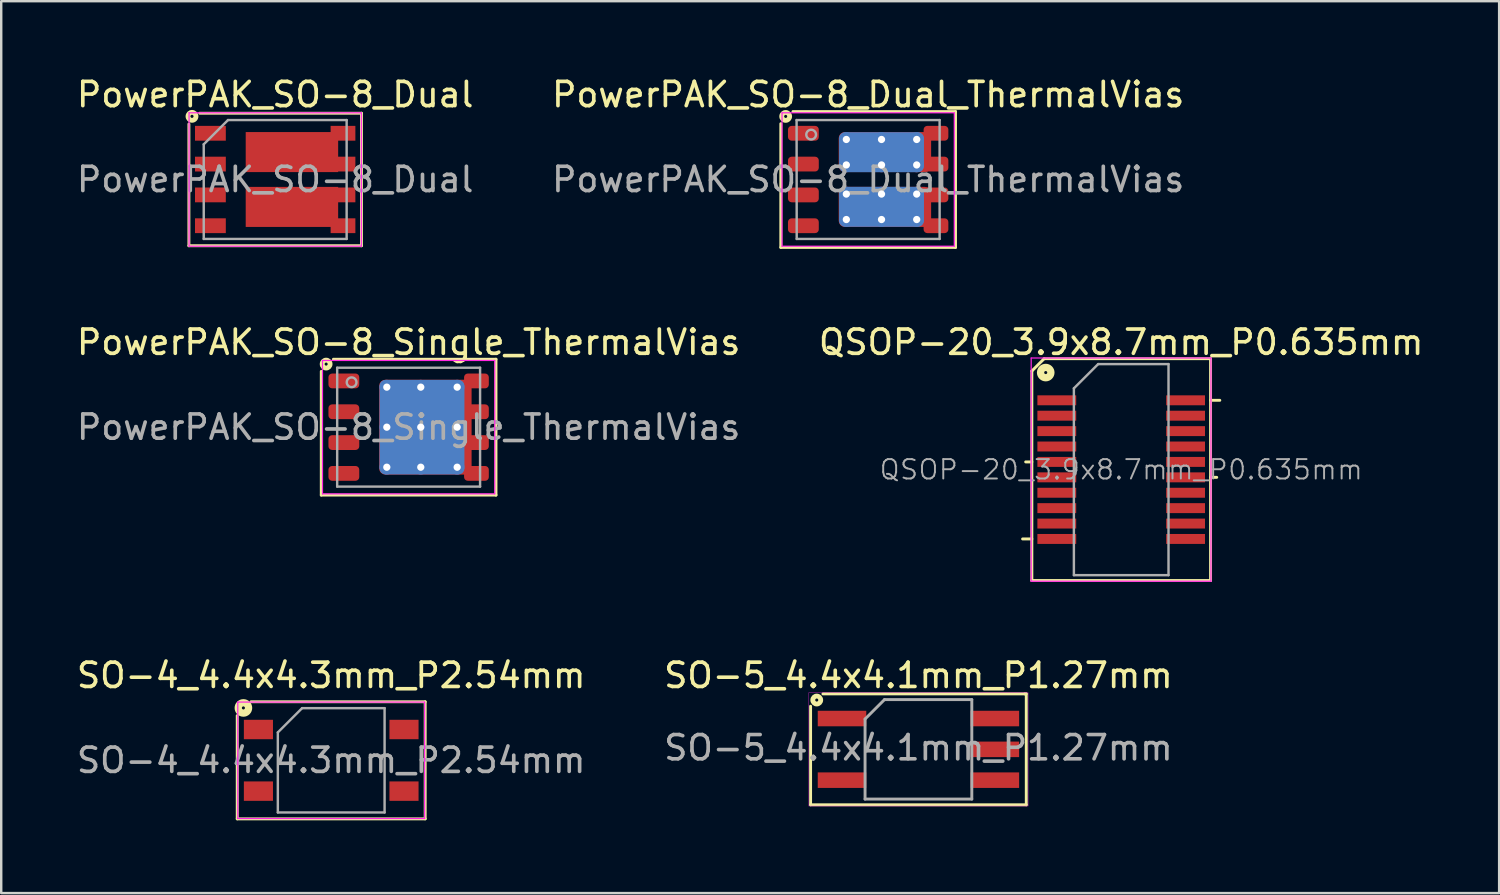
<source format=kicad_pcb>
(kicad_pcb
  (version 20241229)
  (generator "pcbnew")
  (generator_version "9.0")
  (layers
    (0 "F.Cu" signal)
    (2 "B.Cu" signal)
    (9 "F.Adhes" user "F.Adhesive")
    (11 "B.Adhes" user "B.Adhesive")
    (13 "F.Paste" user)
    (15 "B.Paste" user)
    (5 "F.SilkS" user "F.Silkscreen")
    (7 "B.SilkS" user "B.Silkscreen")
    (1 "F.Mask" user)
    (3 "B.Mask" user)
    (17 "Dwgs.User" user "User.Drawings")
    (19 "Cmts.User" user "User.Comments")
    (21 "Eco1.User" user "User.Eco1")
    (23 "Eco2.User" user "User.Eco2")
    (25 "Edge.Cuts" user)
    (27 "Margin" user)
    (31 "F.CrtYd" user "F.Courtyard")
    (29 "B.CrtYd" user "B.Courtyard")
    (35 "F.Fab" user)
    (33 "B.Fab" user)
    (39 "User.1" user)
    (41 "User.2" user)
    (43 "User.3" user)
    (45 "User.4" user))
  (footprint "QSOP-20_3.9x8.7mm_P0.635mm"
    (layer "F.Cu")
    (at 43.161 16.306)
    (property "Reference" "QSOP-20_3.9x8.7mm_P0.635mm" (at 0 -5.25 0) (layer "F.SilkS") (effects (font (size 1 1) (thickness 0.15))))
    (attr smd)
    (fp_line (start -3.683 -4.064) (end -3.683 4.572) (stroke (width 0.12) (type solid)) (layer "F.SilkS"))
    (fp_line (start -3.683 -4.064) (end -3.175 -4.572) (stroke (width 0.12) (type solid)) (layer "F.SilkS"))
    (fp_line (start -3.683 -0.318) (end -3.937 -0.318) (stroke (width 0.12) (type solid)) (layer "F.SilkS"))
    (fp_line (start -3.683 2.857) (end -4.064 2.857) (stroke (width 0.12) (type solid)) (layer "F.SilkS"))
    (fp_line (start -3.683 4.572) (end 3.683 4.572) (stroke (width 0.12) (type solid)) (layer "F.SilkS"))
    (fp_line (start 3.683 -4.572) (end -3.175 -4.572) (stroke (width 0.12) (type solid)) (layer "F.SilkS"))
    (fp_line (start 3.683 -2.857) (end 4.064 -2.857) (stroke (width 0.12) (type solid)) (layer "F.SilkS"))
    (fp_line (start 3.683 0.318) (end 3.937 0.318) (stroke (width 0.12) (type solid)) (layer "F.SilkS"))
    (fp_line (start 3.683 4.572) (end 3.683 -4.572) (stroke (width 0.12) (type solid)) (layer "F.SilkS"))
    (fp_circle (center -3.111 -4) (end -3.048 -4) (stroke (width 0.3) (type solid)) (fill no) (layer "F.SilkS"))
    (fp_line (start -3.71 -4.6) (end -3.71 4.6) (stroke (width 0.05) (type solid)) (layer "F.CrtYd"))
    (fp_line (start -3.71 -4.6) (end 3.7 -4.6) (stroke (width 0.05) (type solid)) (layer "F.CrtYd"))
    (fp_line (start -3.71 4.6) (end 3.7 4.6) (stroke (width 0.05) (type solid)) (layer "F.CrtYd"))
    (fp_line (start 3.7 -4.6) (end 3.7 4.6) (stroke (width 0.05) (type solid)) (layer "F.CrtYd"))
    (fp_line (start -1.95 -3.35) (end -0.95 -4.35) (stroke (width 0.1) (type solid)) (layer "F.Fab"))
    (fp_line (start -1.95 4.35) (end -1.95 -3.35) (stroke (width 0.1) (type solid)) (layer "F.Fab"))
    (fp_line (start -0.95 -4.35) (end 1.95 -4.35) (stroke (width 0.1) (type solid)) (layer "F.Fab"))
    (fp_line (start 1.95 -4.35) (end 1.95 4.35) (stroke (width 0.1) (type solid)) (layer "F.Fab"))
    (fp_line (start 1.95 4.35) (end -1.95 4.35) (stroke (width 0.1) (type solid)) (layer "F.Fab"))
    (fp_text user "${REFERENCE}" (at 0 0 0) (layer "F.Fab") (effects (font (size 0.8 0.8) (thickness 0.08))))
    (pad "1" smd rect (at -2.654 -2.857) (size 1.6 0.41) (layers "F.Cu" "F.Mask" "F.Paste"))
    (pad "2" smd rect (at -2.654 -2.223) (size 1.6 0.41) (layers "F.Cu" "F.Mask" "F.Paste"))
    (pad "3" smd rect (at -2.654 -1.587) (size 1.6 0.41) (layers "F.Cu" "F.Mask" "F.Paste"))
    (pad "4" smd rect (at -2.654 -0.953) (size 1.6 0.41) (layers "F.Cu" "F.Mask" "F.Paste"))
    (pad "5" smd rect (at -2.654 -0.318) (size 1.6 0.41) (layers "F.Cu" "F.Mask" "F.Paste"))
    (pad "6" smd rect (at -2.654 0.318) (size 1.6 0.41) (layers "F.Cu" "F.Mask" "F.Paste"))
    (pad "7" smd rect (at -2.654 0.953) (size 1.6 0.41) (layers "F.Cu" "F.Mask" "F.Paste"))
    (pad "8" smd rect (at -2.654 1.587) (size 1.6 0.41) (layers "F.Cu" "F.Mask" "F.Paste"))
    (pad "9" smd rect (at -2.654 2.223) (size 1.6 0.41) (layers "F.Cu" "F.Mask" "F.Paste"))
    (pad "10" smd rect (at -2.654 2.857) (size 1.6 0.41) (layers "F.Cu" "F.Mask" "F.Paste"))
    (pad "11" smd rect (at 2.654 2.857) (size 1.6 0.41) (layers "F.Cu" "F.Mask" "F.Paste"))
    (pad "12" smd rect (at 2.654 2.223) (size 1.6 0.41) (layers "F.Cu" "F.Mask" "F.Paste"))
    (pad "13" smd rect (at 2.654 1.587) (size 1.6 0.41) (layers "F.Cu" "F.Mask" "F.Paste"))
    (pad "14" smd rect (at 2.654 0.953) (size 1.6 0.41) (layers "F.Cu" "F.Mask" "F.Paste"))
    (pad "15" smd rect (at 2.654 0.318) (size 1.6 0.41) (layers "F.Cu" "F.Mask" "F.Paste"))
    (pad "16" smd rect (at 2.654 -0.318) (size 1.6 0.41) (layers "F.Cu" "F.Mask" "F.Paste"))
    (pad "17" smd rect (at 2.654 -0.953) (size 1.6 0.41) (layers "F.Cu" "F.Mask" "F.Paste"))
    (pad "18" smd rect (at 2.654 -1.587) (size 1.6 0.41) (layers "F.Cu" "F.Mask" "F.Paste"))
    (pad "19" smd rect (at 2.654 -2.223) (size 1.6 0.41) (layers "F.Cu" "F.Mask" "F.Paste"))
    (pad "20" smd rect (at 2.654 -2.857) (size 1.6 0.41) (layers "F.Cu" "F.Mask" "F.Paste")))
  (footprint "PowerPAK_SO-8_Single_ThermalVias"
    (layer "F.Cu")
    (at 13.792 14.556)
    (property "Reference" "PowerPAK_SO-8_Single_ThermalVias" (at 0 -3.5 0) (layer "F.SilkS") (effects (font (size 1 1) (thickness 0.15))))
    (attr smd)
    (fp_line (start -3.6 -2.3) (end -3.6 2.8) (stroke (width 0.12) (type solid)) (layer "F.SilkS"))
    (fp_line (start -3.6 2.8) (end 3.6 2.8) (stroke (width 0.12) (type solid)) (layer "F.SilkS"))
    (fp_line (start 3.6 -2.8) (end -3.1 -2.8) (stroke (width 0.12) (type solid)) (layer "F.SilkS"))
    (fp_line (start 3.6 2.8) (end 3.6 -2.8) (stroke (width 0.12) (type solid)) (layer "F.SilkS"))
    (fp_circle (center -3.4 -2.6) (end -3.337 -2.6) (stroke (width 0.2) (type solid)) (fill no) (layer "F.SilkS"))
    (fp_line (start -3.55 -2.75) (end -3.55 2.75) (stroke (width 0.05) (type solid)) (layer "F.CrtYd"))
    (fp_line (start -3.55 -2.75) (end 3.55 -2.75) (stroke (width 0.05) (type solid)) (layer "F.CrtYd"))
    (fp_line (start -3.55 2.75) (end 3.55 2.75) (stroke (width 0.05) (type solid)) (layer "F.CrtYd"))
    (fp_line (start 3.55 -2.75) (end 3.55 2.75) (stroke (width 0.05) (type solid)) (layer "F.CrtYd"))
    (fp_line (start -2.945 -2.45) (end 2.945 -2.45) (stroke (width 0.1) (type solid)) (layer "F.Fab"))
    (fp_line (start -2.945 2.45) (end -2.945 -2.45) (stroke (width 0.1) (type solid)) (layer "F.Fab"))
    (fp_line (start 2.945 -2.45) (end 2.945 2.45) (stroke (width 0.1) (type solid)) (layer "F.Fab"))
    (fp_line (start 2.945 2.45) (end -2.945 2.45) (stroke (width 0.1) (type solid)) (layer "F.Fab"))
    (fp_circle (center -2.35 -1.85) (end -2.15 -1.85) (stroke (width 0.1) (type solid)) (fill no) (layer "F.Fab"))
    (fp_text user "${REFERENCE}" (at 0 0 0) (layer "F.Fab") (effects (font (size 1 1) (thickness 0.15))))
    (pad "" smd roundrect (at -0.25 -0.85) (size 1.3 1.5) (layers "F.Paste") (roundrect_rratio 0.25))
    (pad "" smd roundrect (at -0.25 0.85) (size 1.3 1.5) (layers "F.Paste") (roundrect_rratio 0.25))
    (pad "" smd roundrect (at 1.25 -0.85) (size 1.3 1.5) (layers "F.Paste") (roundrect_rratio 0.25))
    (pad "" smd roundrect (at 1.25 0.85) (size 1.3 1.5) (layers "F.Paste") (roundrect_rratio 0.25))
    (pad "1" smd roundrect (at -2.67 -1.905) (size 1.27 0.61) (layers "F.Cu" "F.Mask" "F.Paste") (roundrect_rratio 0.25))
    (pad "2" smd roundrect (at -2.67 -0.635) (size 1.27 0.61) (layers "F.Cu" "F.Mask" "F.Paste") (roundrect_rratio 0.25))
    (pad "3" smd roundrect (at -2.67 0.635) (size 1.27 0.61) (layers "F.Cu" "F.Mask" "F.Paste") (roundrect_rratio 0.25))
    (pad "4" smd roundrect (at -2.67 1.905) (size 1.27 0.61) (layers "F.Cu" "F.Mask" "F.Paste") (roundrect_rratio 0.25))
    (pad "5" thru_hole circle (at -0.9 -1.65) (size 0.6 0.6) (drill 0.3) (property pad_prop_heatsink) (layers "*.Cu"))
    (pad "5" thru_hole circle (at -0.9 0) (size 0.6 0.6) (drill 0.3) (property pad_prop_heatsink) (layers "*.Cu"))
    (pad "5" thru_hole circle (at -0.9 1.65) (size 0.6 0.6) (drill 0.3) (property pad_prop_heatsink) (layers "*.Cu"))
    (pad "5" thru_hole circle (at 0.5 -1.65) (size 0.6 0.6) (drill 0.3) (property pad_prop_heatsink) (layers "*.Cu"))
    (pad "5" thru_hole circle (at 0.5 0) (size 0.6 0.6) (drill 0.3) (property pad_prop_heatsink) (layers "*.Cu"))
    (pad "5" thru_hole circle (at 0.5 1.65) (size 0.6 0.6) (drill 0.3) (property pad_prop_heatsink) (layers "*.Cu"))
    (pad "5" smd roundrect (at 0.55 0) (size 3.5 3.9) (layers "B.Cu" "B.Mask") (roundrect_rratio 0.071))
    (pad "5" smd roundrect (at 0.69 0) (size 3.81 3.91) (layers "F.Cu" "F.Mask") (roundrect_rratio 0.066))
    (pad "5" thru_hole circle (at 2 -1.65) (size 0.6 0.6) (drill 0.3) (property pad_prop_heatsink) (layers "*.Cu"))
    (pad "5" thru_hole circle (at 2 0) (size 0.6 0.6) (drill 0.3) (property pad_prop_heatsink) (layers "*.Cu"))
    (pad "5" thru_hole circle (at 2 1.65) (size 0.6 0.6) (drill 0.3) (property pad_prop_heatsink) (layers "*.Cu"))
    (pad "5" smd roundrect (at 2.795 -1.905) (size 1.02 0.61) (layers "F.Cu" "F.Mask" "F.Paste") (roundrect_rratio 0.25))
    (pad "5" smd roundrect (at 2.795 -0.635) (size 1.02 0.61) (layers "F.Cu" "F.Mask" "F.Paste") (roundrect_rratio 0.25))
    (pad "5" smd roundrect (at 2.795 0.635) (size 1.02 0.61) (layers "F.Cu" "F.Mask" "F.Paste") (roundrect_rratio 0.25))
    (pad "5" smd roundrect (at 2.795 1.905) (size 1.02 0.61) (layers "F.Cu" "F.Mask" "F.Paste") (roundrect_rratio 0.25)))
  (footprint "SO-5_4.4x4.1mm_P1.27mm"
    (layer "F.Cu")
    (at 34.804 27.835)
    (property "Reference" "SO-5_4.4x4.1mm_P1.27mm" (at 0 -3.048 0) (layer "F.SilkS") (effects (font (size 1 1) (thickness 0.15))))
    (attr smd)
    (fp_line (start -4.445 2.286) (end -4.445 -1.778) (stroke (width 0.12) (type solid)) (layer "F.SilkS"))
    (fp_line (start -3.937 -2.286) (end 4.381 -2.286) (stroke (width 0.12) (type solid)) (layer "F.SilkS"))
    (fp_line (start 4.381 -2.286) (end 4.445 -2.286) (stroke (width 0.12) (type solid)) (layer "F.SilkS"))
    (fp_line (start 4.445 -2.286) (end 4.445 2.286) (stroke (width 0.12) (type solid)) (layer "F.SilkS"))
    (fp_line (start 4.445 2.286) (end -4.445 2.286) (stroke (width 0.12) (type solid)) (layer "F.SilkS"))
    (fp_circle (center -4.191 -2.032) (end -4.128 -2.032) (stroke (width 0.2) (type solid)) (fill no) (layer "F.SilkS"))
    (fp_rect (start -4.521 -2.337) (end 4.521 2.337) (stroke (width 0.013) (type solid)) (fill no) (layer "F.CrtYd"))
    (fp_line (start -2.2 -1.25) (end -1.4 -2.05) (stroke (width 0.12) (type solid)) (layer "F.Fab"))
    (fp_line (start -2.2 2.05) (end -2.2 -1.25) (stroke (width 0.12) (type solid)) (layer "F.Fab"))
    (fp_line (start -1.4 -2.05) (end 2.2 -2.05) (stroke (width 0.12) (type solid)) (layer "F.Fab"))
    (fp_line (start 2.2 -2.05) (end 2.2 2.05) (stroke (width 0.12) (type solid)) (layer "F.Fab"))
    (fp_line (start 2.2 2.05) (end -2.2 2.05) (stroke (width 0.12) (type solid)) (layer "F.Fab"))
    (fp_text user "${REFERENCE}" (at 0 -0.065 0) (layer "F.Fab") (effects (font (size 1 1) (thickness 0.15))))
    (pad "1" smd rect (at -3.15 -1.27) (size 2 0.64) (layers "F.Cu" "F.Mask" "F.Paste"))
    (pad "3" smd rect (at -3.15 1.27) (size 2 0.64) (layers "F.Cu" "F.Mask" "F.Paste"))
    (pad "4" smd rect (at 3.15 1.27) (size 2 0.64) (layers "F.Cu" "F.Mask" "F.Paste"))
    (pad "5" smd rect (at 3.15 0) (size 2 0.64) (layers "F.Cu" "F.Mask" "F.Paste"))
    (pad "6" smd rect (at 3.15 -1.27) (size 2 0.64) (layers "F.Cu" "F.Mask" "F.Paste")))
  (footprint "PowerPAK_SO-8_Dual_ThermalVias"
    (layer "F.Cu")
    (at 32.732 4.348)
    (property "Reference" "PowerPAK_SO-8_Dual_ThermalVias" (at 0 -3.5 0) (layer "F.SilkS") (effects (font (size 1 1) (thickness 0.15))))
    (attr smd)
    (fp_line (start -3.6 -2.3) (end -3.6 2.8) (stroke (width 0.12) (type solid)) (layer "F.SilkS"))
    (fp_line (start -3.6 2.8) (end 3.6 2.8) (stroke (width 0.12) (type solid)) (layer "F.SilkS"))
    (fp_line (start 3.6 -2.8) (end -3.1 -2.8) (stroke (width 0.12) (type solid)) (layer "F.SilkS"))
    (fp_line (start 3.6 2.8) (end 3.6 -2.8) (stroke (width 0.12) (type solid)) (layer "F.SilkS"))
    (fp_circle (center -3.4 -2.6) (end -3.337 -2.6) (stroke (width 0.2) (type solid)) (fill no) (layer "F.SilkS"))
    (fp_line (start -3.55 -2.75) (end -3.55 2.75) (stroke (width 0.05) (type solid)) (layer "F.CrtYd"))
    (fp_line (start -3.55 -2.75) (end 3.55 -2.75) (stroke (width 0.05) (type solid)) (layer "F.CrtYd"))
    (fp_line (start -3.55 2.75) (end 3.55 2.75) (stroke (width 0.05) (type solid)) (layer "F.CrtYd"))
    (fp_line (start 3.55 -2.75) (end 3.55 2.75) (stroke (width 0.05) (type solid)) (layer "F.CrtYd"))
    (fp_line (start -2.95 -2.45) (end 2.945 -2.45) (stroke (width 0.1) (type solid)) (layer "F.Fab"))
    (fp_line (start -2.945 2.45) (end -2.95 -2.45) (stroke (width 0.1) (type solid)) (layer "F.Fab"))
    (fp_line (start 2.945 -2.45) (end 2.945 2.45) (stroke (width 0.1) (type solid)) (layer "F.Fab"))
    (fp_line (start 2.945 2.45) (end -2.945 2.45) (stroke (width 0.1) (type solid)) (layer "F.Fab"))
    (fp_circle (center -2.35 -1.85) (end -2.15 -1.85) (stroke (width 0.1) (type solid)) (fill no) (layer "F.Fab"))
    (fp_text user "${REFERENCE}" (at 0 0 0) (layer "F.Fab") (effects (font (size 1 1) (thickness 0.15))))
    (pad "" smd roundrect (at -0.175 -1.15) (size 1.25 1.4) (layers "F.Paste") (roundrect_rratio 0.2))
    (pad "" smd roundrect (at -0.175 1.15) (size 1.25 1.4) (layers "F.Paste") (roundrect_rratio 0.2))
    (pad "" smd roundrect (at 1.275 -1.15) (size 1.25 1.4) (layers "F.Paste") (roundrect_rratio 0.2))
    (pad "" smd roundrect (at 1.275 1.15) (size 1.25 1.4) (layers "F.Paste") (roundrect_rratio 0.2))
    (pad "1" smd roundrect (at -2.67 -1.905) (size 1.27 0.61) (layers "F.Cu" "F.Mask" "F.Paste") (roundrect_rratio 0.25))
    (pad "2" smd roundrect (at -2.67 -0.635) (size 1.27 0.61) (layers "F.Cu" "F.Mask" "F.Paste") (roundrect_rratio 0.25))
    (pad "3" smd roundrect (at -2.67 0.635) (size 1.27 0.61) (layers "F.Cu" "F.Mask" "F.Paste") (roundrect_rratio 0.25))
    (pad "4" smd roundrect (at -2.67 1.905) (size 1.27 0.61) (layers "F.Cu" "F.Mask" "F.Paste") (roundrect_rratio 0.25))
    (pad "5" thru_hole circle (at -0.9 -1.65) (size 0.6 0.6) (drill 0.3) (property pad_prop_heatsink) (layers "*.Cu"))
    (pad "5" thru_hole circle (at -0.9 -0.6) (size 0.6 0.6) (drill 0.3) (property pad_prop_heatsink) (layers "*.Cu"))
    (pad "5" thru_hole circle (at 0.55 -1.65) (size 0.6 0.6) (drill 0.3) (property pad_prop_heatsink) (layers "*.Cu"))
    (pad "5" smd roundrect (at 0.55 -1.125) (size 3.5 1.65) (layers "B.Cu" "B.Mask") (roundrect_rratio 0.152))
    (pad "5" thru_hole circle (at 0.55 -0.6) (size 0.6 0.6) (drill 0.3) (property pad_prop_heatsink) (layers "*.Cu"))
    (pad "5" smd roundrect (at 0.69 -1.13) (size 3.81 1.65) (layers "F.Cu" "F.Mask") (roundrect_rratio 0.152))
    (pad "5" thru_hole circle (at 2 -1.65) (size 0.6 0.6) (drill 0.3) (property pad_prop_heatsink) (layers "*.Cu"))
    (pad "5" thru_hole circle (at 2 -0.6) (size 0.6 0.6) (drill 0.3) (property pad_prop_heatsink) (layers "*.Cu"))
    (pad "5" smd roundrect (at 2.795 -1.905) (size 1.02 0.61) (layers "F.Cu" "F.Mask" "F.Paste") (roundrect_rratio 0.25))
    (pad "5" smd roundrect (at 2.795 -0.635) (size 1.02 0.61) (layers "F.Cu" "F.Mask" "F.Paste") (roundrect_rratio 0.25))
    (pad "6" thru_hole circle (at -0.9 0.6) (size 0.6 0.6) (drill 0.3) (property pad_prop_heatsink) (layers "*.Cu"))
    (pad "6" thru_hole circle (at -0.9 1.65) (size 0.6 0.6) (drill 0.3) (property pad_prop_heatsink) (layers "*.Cu"))
    (pad "6" thru_hole circle (at 0.55 0.6) (size 0.6 0.6) (drill 0.3) (property pad_prop_heatsink) (layers "*.Cu"))
    (pad "6" smd roundrect (at 0.55 1.125) (size 3.5 1.65) (layers "B.Cu" "B.Mask") (roundrect_rratio 0.152))
    (pad "6" thru_hole circle (at 0.55 1.65) (size 0.6 0.6) (drill 0.3) (property pad_prop_heatsink) (layers "*.Cu"))
    (pad "6" smd roundrect (at 0.69 1.13) (size 3.81 1.65) (layers "F.Cu" "F.Mask") (roundrect_rratio 0.152))
    (pad "6" thru_hole circle (at 2 0.6) (size 0.6 0.6) (drill 0.3) (property pad_prop_heatsink) (layers "*.Cu"))
    (pad "6" thru_hole circle (at 2 1.65) (size 0.6 0.6) (drill 0.3) (property pad_prop_heatsink) (layers "*.Cu"))
    (pad "6" smd roundrect (at 2.795 0.635) (size 1.02 0.61) (layers "F.Cu" "F.Mask" "F.Paste") (roundrect_rratio 0.25))
    (pad "6" smd roundrect (at 2.795 1.905) (size 1.02 0.61) (layers "F.Cu" "F.Mask" "F.Paste") (roundrect_rratio 0.25)))
  (footprint "SO-4_4.4x4.3mm_P2.54mm"
    (layer "F.Cu")
    (at 10.601 28.287)
    (property "Reference" "SO-4_4.4x4.3mm_P2.54mm" (at 0 -3.5 0) (layer "F.SilkS") (effects (font (size 1 1) (thickness 0.15))))
    (attr smd)
    (fp_line (start -3.873 -1.841) (end -3.873 2.413) (stroke (width 0.12) (type solid)) (layer "F.SilkS"))
    (fp_line (start -3.873 2.413) (end 3.873 2.413) (stroke (width 0.12) (type solid)) (layer "F.SilkS"))
    (fp_line (start 3.873 -2.413) (end -3.302 -2.413) (stroke (width 0.12) (type solid)) (layer "F.SilkS"))
    (fp_line (start 3.873 2.413) (end 3.873 -2.413) (stroke (width 0.12) (type solid)) (layer "F.SilkS"))
    (fp_circle (center -3.619 -2.159) (end -3.556 -2.159) (stroke (width 0.3) (type solid)) (fill no) (layer "F.SilkS"))
    (fp_line (start -3.85 -2.4) (end 3.85 -2.4) (stroke (width 0.05) (type solid)) (layer "F.CrtYd"))
    (fp_line (start -3.85 2.4) (end -3.85 -2.4) (stroke (width 0.05) (type solid)) (layer "F.CrtYd"))
    (fp_line (start 3.85 -2.4) (end 3.85 2.4) (stroke (width 0.05) (type solid)) (layer "F.CrtYd"))
    (fp_line (start 3.85 2.4) (end -3.85 2.4) (stroke (width 0.05) (type solid)) (layer "F.CrtYd"))
    (fp_line (start -2.2 -1.15) (end -1.2 -2.15) (stroke (width 0.1) (type solid)) (layer "F.Fab"))
    (fp_line (start -2.2 2.15) (end -2.2 -1.15) (stroke (width 0.1) (type solid)) (layer "F.Fab"))
    (fp_line (start -2.2 2.15) (end 2.2 2.15) (stroke (width 0.1) (type solid)) (layer "F.Fab"))
    (fp_line (start -1.2 -2.15) (end 2.2 -2.15) (stroke (width 0.1) (type solid)) (layer "F.Fab"))
    (fp_line (start 2.2 2.15) (end 2.2 -2.15) (stroke (width 0.1) (type solid)) (layer "F.Fab"))
    (fp_text user "${REFERENCE}" (at 0 0 0) (layer "F.Fab") (effects (font (size 1 1) (thickness 0.15))))
    (pad "1" smd rect (at -3 -1.27 270) (size 0.8 1.2) (layers "F.Cu" "F.Mask" "F.Paste"))
    (pad "2" smd rect (at -3 1.27 270) (size 0.8 1.2) (layers "F.Cu" "F.Mask" "F.Paste"))
    (pad "3" smd rect (at 3 1.27 270) (size 0.8 1.2) (layers "F.Cu" "F.Mask" "F.Paste"))
    (pad "4" smd rect (at 3 -1.27 270) (size 0.8 1.2) (layers "F.Cu" "F.Mask" "F.Paste")))
  (footprint "PowerPAK_SO-8_Dual"
    (layer "F.Cu")
    (at 8.292 4.348)
    (property "Reference" "PowerPAK_SO-8_Dual" (at 0 -3.5 0) (layer "F.SilkS") (effects (font (size 1 1) (thickness 0.15))))
    (attr smd)
    (fp_line (start -3.556 -2.286) (end -3.556 2.731) (stroke (width 0.12) (type solid)) (layer "F.SilkS"))
    (fp_line (start -3.556 2.731) (end 3.556 2.731) (stroke (width 0.12) (type solid)) (layer "F.SilkS"))
    (fp_line (start 3.556 -2.731) (end -3.111 -2.731) (stroke (width 0.12) (type solid)) (layer "F.SilkS"))
    (fp_line (start 3.556 2.731) (end 3.556 -2.731) (stroke (width 0.12) (type solid)) (layer "F.SilkS"))
    (fp_circle (center -3.429 -2.603) (end -3.365 -2.603) (stroke (width 0.2) (type solid)) (fill no) (layer "F.SilkS"))
    (fp_line (start -3.55 -2.75) (end -3.55 2.75) (stroke (width 0.05) (type solid)) (layer "F.CrtYd"))
    (fp_line (start -3.55 -2.75) (end 3.55 -2.75) (stroke (width 0.05) (type solid)) (layer "F.CrtYd"))
    (fp_line (start -3.55 2.75) (end 3.55 2.75) (stroke (width 0.05) (type solid)) (layer "F.CrtYd"))
    (fp_line (start 3.55 -2.75) (end 3.55 2.75) (stroke (width 0.05) (type solid)) (layer "F.CrtYd"))
    (fp_line (start -2.945 2.45) (end -2.945 -1.45) (stroke (width 0.1) (type solid)) (layer "F.Fab"))
    (fp_line (start -1.945 -2.45) (end -2.945 -1.45) (stroke (width 0.1) (type solid)) (layer "F.Fab"))
    (fp_line (start -1.945 -2.45) (end 2.945 -2.45) (stroke (width 0.1) (type solid)) (layer "F.Fab"))
    (fp_line (start 2.945 -2.45) (end 2.945 2.45) (stroke (width 0.1) (type solid)) (layer "F.Fab"))
    (fp_line (start 2.945 2.45) (end -2.945 2.45) (stroke (width 0.1) (type solid)) (layer "F.Fab"))
    (fp_text user "${REFERENCE}" (at 0 0 0) (layer "F.Fab") (effects (font (size 1 1) (thickness 0.15))))
    (pad "1" smd rect (at -2.67 -1.905) (size 1.27 0.61) (layers "F.Cu" "F.Mask" "F.Paste"))
    (pad "2" smd rect (at -2.67 -0.635) (size 1.27 0.61) (layers "F.Cu" "F.Mask" "F.Paste"))
    (pad "3" smd rect (at -2.67 0.635) (size 1.27 0.61) (layers "F.Cu" "F.Mask" "F.Paste"))
    (pad "4" smd rect (at -2.67 1.905) (size 1.27 0.61) (layers "F.Cu" "F.Mask" "F.Paste"))
    (pad "5" smd rect (at 0.69 -1.13) (size 3.81 1.65) (layers "F.Cu" "F.Mask" "F.Paste"))
    (pad "5" smd rect (at 2.795 -1.905) (size 1.02 0.61) (layers "F.Cu" "F.Mask" "F.Paste"))
    (pad "5" smd rect (at 2.795 -0.635) (size 1.02 0.61) (layers "F.Cu" "F.Mask" "F.Paste"))
    (pad "6" smd rect (at 0.69 1.13) (size 3.81 1.65) (layers "F.Cu" "F.Mask" "F.Paste"))
    (pad "6" smd rect (at 2.795 0.635) (size 1.02 0.61) (layers "F.Cu" "F.Mask" "F.Paste"))
    (pad "6" smd rect (at 2.795 1.905) (size 1.02 0.61) (layers "F.Cu" "F.Mask" "F.Paste")))
  (gr_rect
    (start -3 -3)
    (end 58.738 33.76)
    (stroke (width 0.1) (type default))
    (fill no)
    (layer "Edge.Cuts")))
</source>
